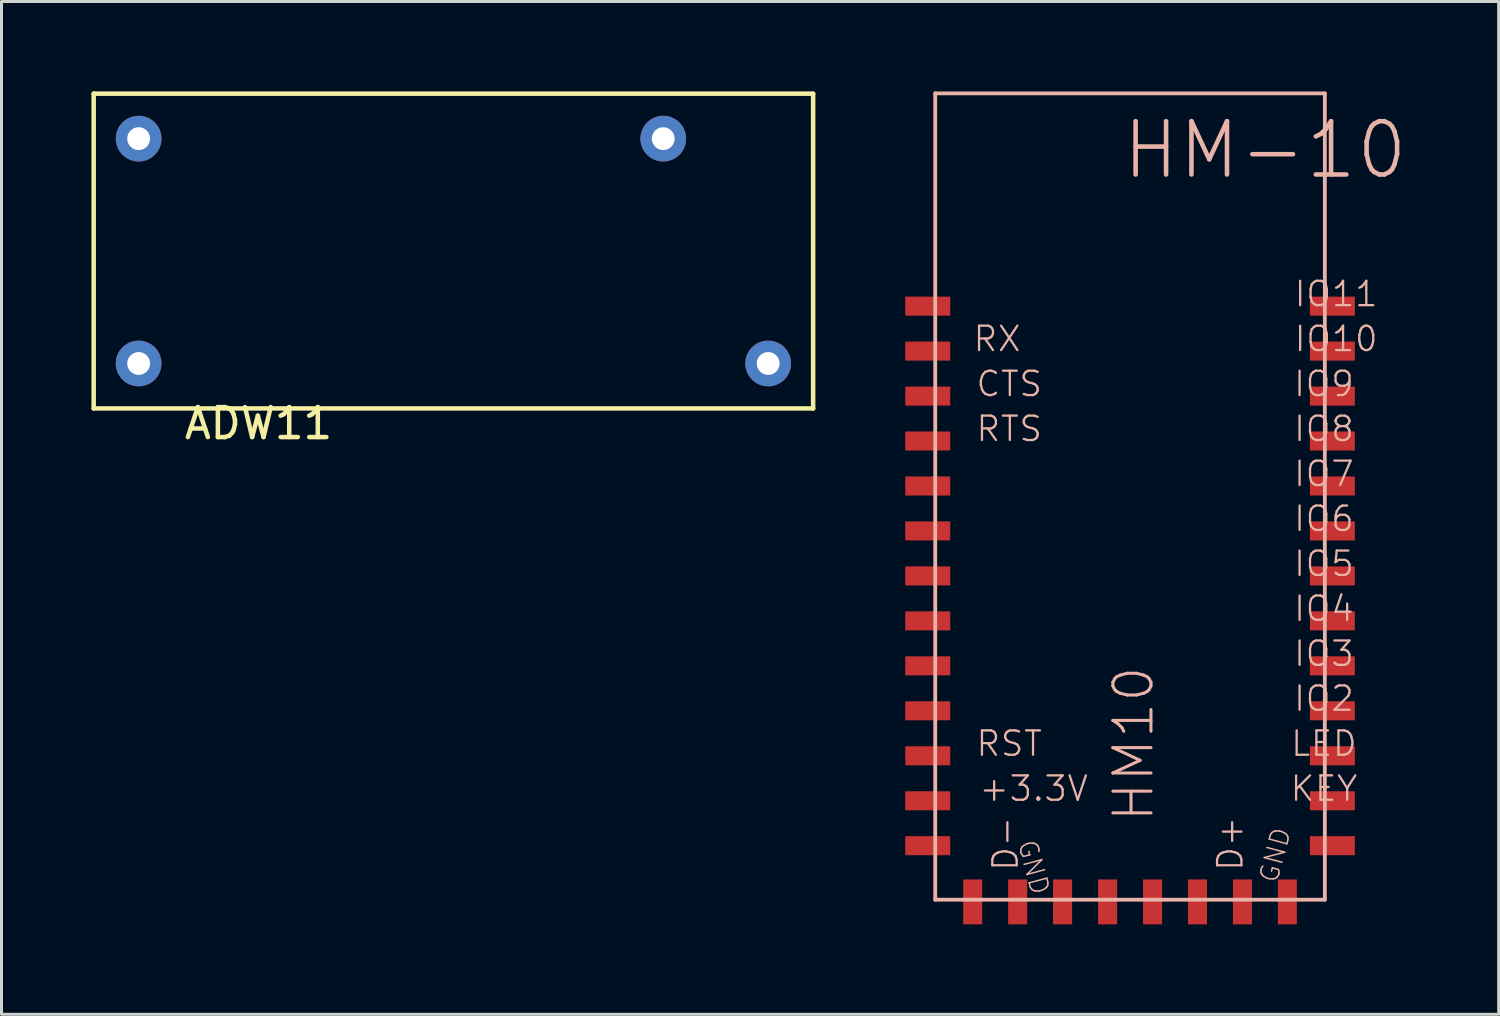
<source format=kicad_pcb>
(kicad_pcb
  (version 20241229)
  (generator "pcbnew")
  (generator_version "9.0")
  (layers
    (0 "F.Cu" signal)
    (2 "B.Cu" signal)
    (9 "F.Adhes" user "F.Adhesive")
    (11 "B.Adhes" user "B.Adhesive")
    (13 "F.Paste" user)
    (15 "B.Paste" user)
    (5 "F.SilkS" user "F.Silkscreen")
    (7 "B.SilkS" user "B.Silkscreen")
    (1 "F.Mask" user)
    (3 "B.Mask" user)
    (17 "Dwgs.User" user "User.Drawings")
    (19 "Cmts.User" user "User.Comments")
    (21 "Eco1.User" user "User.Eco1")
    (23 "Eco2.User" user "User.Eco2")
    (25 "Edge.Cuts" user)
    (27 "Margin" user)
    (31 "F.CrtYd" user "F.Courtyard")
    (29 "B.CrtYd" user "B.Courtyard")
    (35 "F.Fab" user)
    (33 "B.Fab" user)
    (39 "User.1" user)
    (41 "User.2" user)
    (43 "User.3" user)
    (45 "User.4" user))
  (footprint "HM10"
    (layer "F.Cu")
    (at 35.397 7.163)
    (property "Reference" "HM10" (at -0.635 14.605 90) (layer "B.SilkS") (effects (font (size 1.27 1.27) (thickness 0.102))))
    (attr smd)
    (fp_line (start -7.249 -7.099) (end 5.748 -7.099) (stroke (width 0.127) (type solid)) (layer "B.SilkS"))
    (fp_line (start -7.249 19.799) (end -7.249 -7.099) (stroke (width 0.127) (type solid)) (layer "B.SilkS"))
    (fp_line (start 5.748 -7.099) (end 5.748 19.799) (stroke (width 0.127) (type solid)) (layer "B.SilkS"))
    (fp_line (start 5.748 19.799) (end -7.249 19.799) (stroke (width 0.127) (type solid)) (layer "B.SilkS"))
    (fp_text user "RTS" (at -4.78 4.092 0) (layer "B.SilkS") (effects (font (size 0.813 0.813) (thickness 0.076))))
    (fp_text user "CTS" (at -4.78 2.593 0) (layer "B.SilkS") (effects (font (size 0.813 0.813) (thickness 0.076))))
    (fp_text user "IO4" (at 5.718 10.091 0) (layer "B.SilkS") (effects (font (size 0.813 0.813) (thickness 0.076))))
    (fp_text user "IO11" (at 6.124 -0.406 0) (layer "B.SilkS") (effects (font (size 0.813 0.813) (thickness 0.076))))
    (fp_text user "IO8" (at 5.718 4.092 0) (layer "B.SilkS") (effects (font (size 0.813 0.813) (thickness 0.076))))
    (fp_text user "HM-10" (at 3.754 -5.207 0) (layer "B.SilkS") (effects (font (size 1.778 1.778) (thickness 0.152))))
    (fp_text user "LED" (at 5.718 14.592 0) (layer "B.SilkS") (effects (font (size 0.813 0.813) (thickness 0.076))))
    (fp_text user "GND" (at -3.967 18.717 105) (layer "B.SilkS") (effects (font (size 0.61 0.61) (thickness 0.051))))
    (fp_text user "IO3" (at 5.718 11.593 0) (layer "B.SilkS") (effects (font (size 0.813 0.813) (thickness 0.076))))
    (fp_text user "IO5" (at 5.718 8.593 0) (layer "B.SilkS") (effects (font (size 0.813 0.813) (thickness 0.076))))
    (fp_text user "RST" (at -4.78 14.592 0) (layer "B.SilkS") (effects (font (size 0.813 0.813) (thickness 0.076))))
    (fp_text user "+3.3V" (at -3.967 16.093 0) (layer "B.SilkS") (effects (font (size 0.813 0.813) (thickness 0.076))))
    (fp_text user "IO7" (at 5.718 5.593 0) (layer "B.SilkS") (effects (font (size 0.813 0.813) (thickness 0.076))))
    (fp_text user "GND" (at 4.092 18.311 75) (layer "B.SilkS") (effects (font (size 0.61 0.61) (thickness 0.051))))
    (fp_text user "IO9" (at 5.718 2.593 0) (layer "B.SilkS") (effects (font (size 0.813 0.813) (thickness 0.076))))
    (fp_text user "IO10" (at 6.124 1.092 0) (layer "B.SilkS") (effects (font (size 0.813 0.813) (thickness 0.076))))
    (fp_text user "D-" (at -4.905 17.935 90) (layer "B.SilkS") (effects (font (size 0.813 0.813) (thickness 0.076))))
    (fp_text user "IO2" (at 5.718 13.091 0) (layer "B.SilkS") (effects (font (size 0.813 0.813) (thickness 0.076))))
    (fp_text user "D+" (at 2.593 17.935 90) (layer "B.SilkS") (effects (font (size 0.813 0.813) (thickness 0.076))))
    (fp_text user "RX" (at -5.187 1.092 0) (layer "B.SilkS") (effects (font (size 0.813 0.813) (thickness 0.076))))
    (fp_text user "IO6" (at 5.718 7.092 0) (layer "B.SilkS") (effects (font (size 0.813 0.813) (thickness 0.076))))
    (fp_text user "KEY" (at 5.718 16.093 0) (layer "B.SilkS") (effects (font (size 0.813 0.813) (thickness 0.076))))
    (pad "$7" smd rect (at -7.498 8.999) (size 1.499 0.635) (layers "F.Cu" "F.Mask" "F.Paste"))
    (pad "1" smd rect (at -7.498 0) (size 1.499 0.635) (layers "F.Cu" "F.Mask" "F.Paste"))
    (pad "2" smd rect (at -7.498 1.499) (size 1.499 0.635) (layers "F.Cu" "F.Mask" "F.Paste"))
    (pad "3" smd rect (at -7.498 3) (size 1.499 0.635) (layers "F.Cu" "F.Mask" "F.Paste"))
    (pad "4" smd rect (at -7.498 4.498) (size 1.499 0.635) (layers "F.Cu" "F.Mask" "F.Paste"))
    (pad "5" smd rect (at -7.498 5.999) (size 1.499 0.635) (layers "F.Cu" "F.Mask" "F.Paste"))
    (pad "6" smd rect (at -7.498 7.498) (size 1.499 0.635) (layers "F.Cu" "F.Mask" "F.Paste"))
    (pad "8" smd rect (at -7.498 10.498) (size 1.499 0.635) (layers "F.Cu" "F.Mask" "F.Paste"))
    (pad "9" smd rect (at -7.498 11.999) (size 1.499 0.635) (layers "F.Cu" "F.Mask" "F.Paste"))
    (pad "10" smd rect (at -7.498 13.498) (size 1.499 0.635) (layers "F.Cu" "F.Mask" "F.Paste"))
    (pad "11" smd rect (at -7.498 14.999) (size 1.499 0.635) (layers "F.Cu" "F.Mask" "F.Paste"))
    (pad "12" smd rect (at -7.498 16.5) (size 1.499 0.635) (layers "F.Cu" "F.Mask" "F.Paste"))
    (pad "13" smd rect (at -7.498 17.998) (size 1.499 0.635) (layers "F.Cu" "F.Mask" "F.Paste"))
    (pad "14" smd rect (at -5.999 19.873 90) (size 1.499 0.635) (layers "F.Cu" "F.Mask" "F.Paste"))
    (pad "15" smd rect (at -4.498 19.873 90) (size 1.499 0.635) (layers "F.Cu" "F.Mask" "F.Paste"))
    (pad "16" smd rect (at -3 19.873 90) (size 1.499 0.635) (layers "F.Cu" "F.Mask" "F.Paste"))
    (pad "17" smd rect (at -1.499 19.873 90) (size 1.499 0.635) (layers "F.Cu" "F.Mask" "F.Paste"))
    (pad "18" smd rect (at 0 19.873 90) (size 1.499 0.635) (layers "F.Cu" "F.Mask" "F.Paste"))
    (pad "19" smd rect (at 1.499 19.873 90) (size 1.499 0.635) (layers "F.Cu" "F.Mask" "F.Paste"))
    (pad "20" smd rect (at 3 19.873 90) (size 1.499 0.635) (layers "F.Cu" "F.Mask" "F.Paste"))
    (pad "21" smd rect (at 4.498 19.873 90) (size 1.499 0.635) (layers "F.Cu" "F.Mask" "F.Paste"))
    (pad "22" smd rect (at 5.999 17.998 180) (size 1.499 0.635) (layers "F.Cu" "F.Mask" "F.Paste"))
    (pad "23" smd rect (at 5.999 16.5 180) (size 1.499 0.635) (layers "F.Cu" "F.Mask" "F.Paste"))
    (pad "24" smd rect (at 5.999 14.999 180) (size 1.499 0.635) (layers "F.Cu" "F.Mask" "F.Paste"))
    (pad "25" smd rect (at 5.999 13.498 180) (size 1.499 0.635) (layers "F.Cu" "F.Mask" "F.Paste"))
    (pad "26" smd rect (at 5.999 11.999 180) (size 1.499 0.635) (layers "F.Cu" "F.Mask" "F.Paste"))
    (pad "27" smd rect (at 5.999 10.498 180) (size 1.499 0.635) (layers "F.Cu" "F.Mask" "F.Paste"))
    (pad "28" smd rect (at 5.999 8.999 180) (size 1.499 0.635) (layers "F.Cu" "F.Mask" "F.Paste"))
    (pad "29" smd rect (at 5.999 7.498 180) (size 1.499 0.635) (layers "F.Cu" "F.Mask" "F.Paste"))
    (pad "30" smd rect (at 5.999 5.999 180) (size 1.499 0.635) (layers "F.Cu" "F.Mask" "F.Paste"))
    (pad "31" smd rect (at 5.999 4.498 180) (size 1.499 0.635) (layers "F.Cu" "F.Mask" "F.Paste"))
    (pad "32" smd rect (at 5.999 3 180) (size 1.499 0.635) (layers "F.Cu" "F.Mask" "F.Paste"))
    (pad "33" smd rect (at 5.999 1.499 180) (size 1.499 0.635) (layers "F.Cu" "F.Mask" "F.Paste"))
    (pad "34" smd rect (at 5.999 0 180) (size 1.499 0.635) (layers "F.Cu" "F.Mask" "F.Paste")))
  (footprint "ADW11"
    (layer "F.Cu")
    (at 1.575 9.075)
    (property "Reference" "ADW11" (at 4 2 0) (layer "F.SilkS") (effects (font (size 1 1) (thickness 0.15))))
    (attr through_hole)
    (fp_line (start -1.5 -9) (end 22.5 -9) (stroke (width 0.15) (type solid)) (layer "F.SilkS"))
    (fp_line (start -1.5 1.5) (end -1.5 -9) (stroke (width 0.15) (type solid)) (layer "F.SilkS"))
    (fp_line (start 22.5 -9) (end 22.5 1.5) (stroke (width 0.15) (type solid)) (layer "F.SilkS"))
    (fp_line (start 22.5 1.5) (end -1.5 1.5) (stroke (width 0.15) (type solid)) (layer "F.SilkS"))
    (pad "11" thru_hole circle (at 17.5 -7.5) (size 1.524 1.524) (drill 0.762) (layers "*.Cu" "*.Mask"))
    (pad "14" thru_hole circle (at 21 0) (size 1.524 1.524) (drill 0.762) (layers "*.Cu" "*.Mask"))
    (pad "A1" thru_hole circle (at 0 -7.5) (size 1.524 1.524) (drill 0.762) (layers "*.Cu" "*.Mask"))
    (pad "A2" thru_hole circle (at 0 0) (size 1.524 1.524) (drill 0.762) (layers "*.Cu" "*.Mask")))
  (gr_rect
    (start -3 -3)
    (end 46.944 30.785)
    (stroke (width 0.1) (type default))
    (fill no)
    (layer "Edge.Cuts")))
</source>
